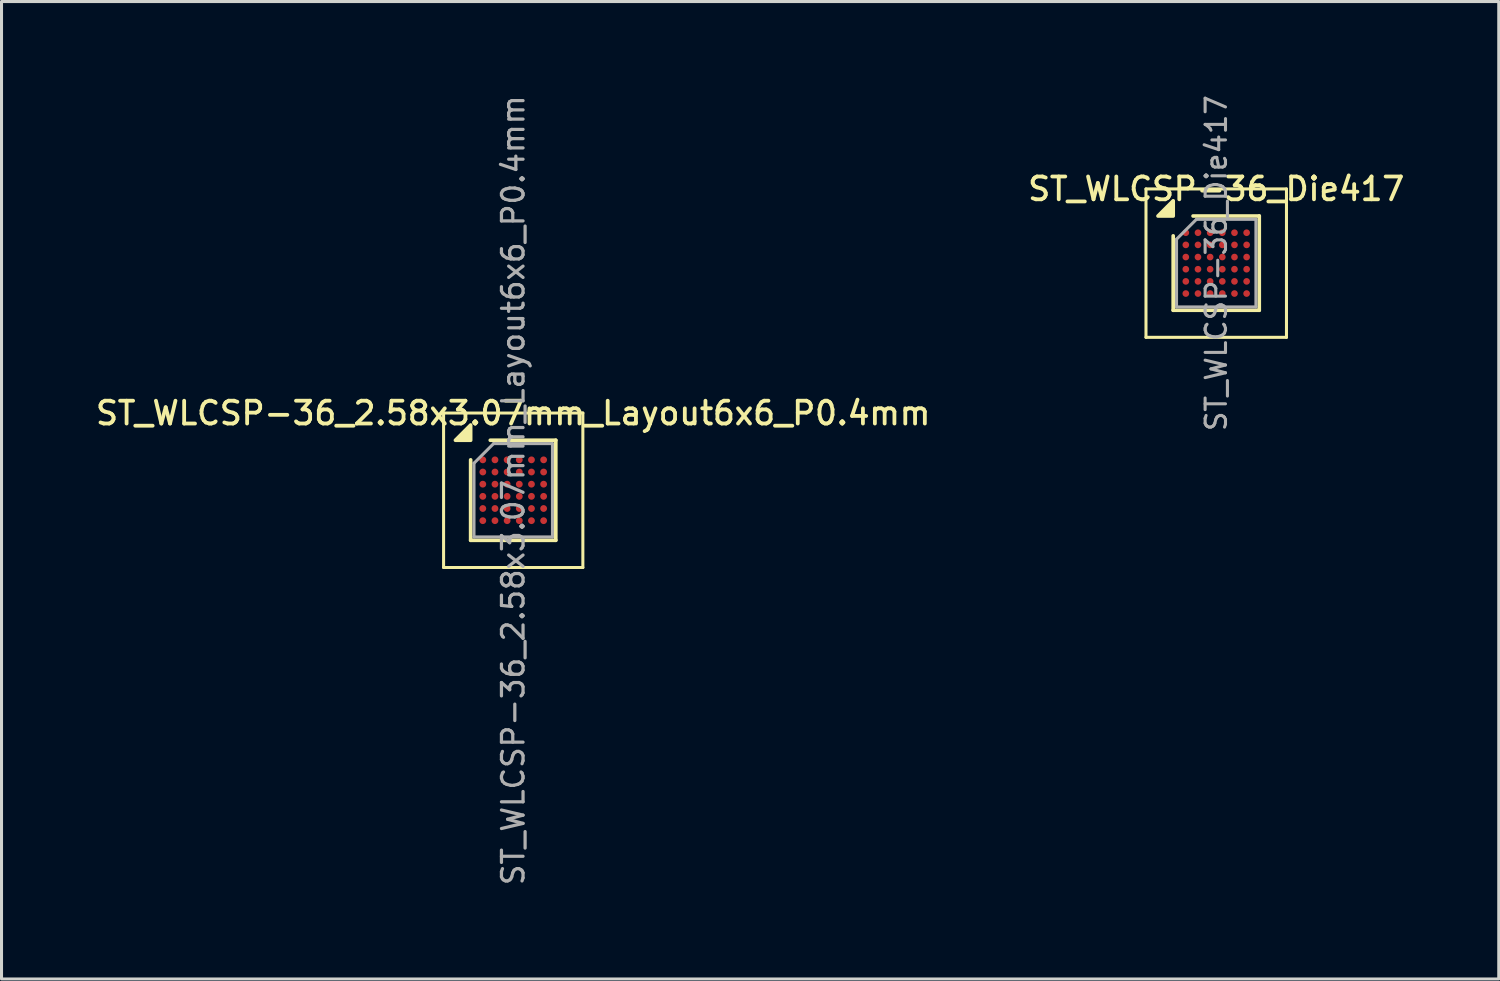
<source format=kicad_pcb>
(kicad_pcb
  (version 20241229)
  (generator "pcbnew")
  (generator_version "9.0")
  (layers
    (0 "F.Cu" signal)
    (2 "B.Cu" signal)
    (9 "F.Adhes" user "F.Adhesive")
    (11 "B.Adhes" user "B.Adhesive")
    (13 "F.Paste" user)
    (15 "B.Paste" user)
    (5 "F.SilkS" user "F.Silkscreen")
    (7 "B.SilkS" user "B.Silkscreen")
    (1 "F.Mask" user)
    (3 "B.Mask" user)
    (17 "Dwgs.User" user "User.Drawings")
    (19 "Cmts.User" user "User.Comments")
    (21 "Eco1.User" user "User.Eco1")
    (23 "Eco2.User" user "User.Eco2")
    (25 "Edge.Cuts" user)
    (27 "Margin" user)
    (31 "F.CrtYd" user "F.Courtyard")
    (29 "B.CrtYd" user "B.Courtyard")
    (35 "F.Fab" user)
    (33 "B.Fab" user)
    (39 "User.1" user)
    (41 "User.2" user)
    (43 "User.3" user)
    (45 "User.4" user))
  (footprint "ST_WLCSP-36_2.58x3.07mm_Layout6x6_P0.4mm"
    (layer "F.Cu")
    (at 13.827 13.072)
    (property "Reference" "ST_WLCSP-36_2.58x3.07mm_Layout6x6_P0.4mm" (at 0 -2.535 0) (layer "F.SilkS") (effects (font (size 0.75 0.75) (thickness 0.125))))
    (attr smd)
    (fp_line (start -2.29 -2.54) (end -2.29 2.54) (stroke (width 0.1) (type solid)) (layer "F.SilkS"))
    (fp_line (start -2.29 2.54) (end 2.29 2.54) (stroke (width 0.1) (type solid)) (layer "F.SilkS"))
    (fp_line (start -1.4 1.645) (end -1.4 -1) (stroke (width 0.12) (type solid)) (layer "F.SilkS"))
    (fp_line (start -0.755 -1.645) (end 1.4 -1.645) (stroke (width 0.12) (type solid)) (layer "F.SilkS"))
    (fp_line (start 1.4 -1.645) (end 1.4 1.645) (stroke (width 0.12) (type solid)) (layer "F.SilkS"))
    (fp_line (start 1.4 1.645) (end -1.4 1.645) (stroke (width 0.12) (type solid)) (layer "F.SilkS"))
    (fp_line (start 2.29 -2.54) (end -2.29 -2.54) (stroke (width 0.1) (type solid)) (layer "F.SilkS"))
    (fp_line (start 2.29 2.54) (end 2.29 -2.54) (stroke (width 0.1) (type solid)) (layer "F.SilkS"))
    (fp_poly (pts (xy -1.4 -1.645) (xy -1.9 -1.645) (xy -1.4 -2.145) (xy -1.4 -1.645)) (stroke (width 0.12) (type solid)) (fill yes) (layer "F.SilkS"))
    (fp_line (start -1.29 -0.89) (end -0.645 -1.535) (stroke (width 0.1) (type solid)) (layer "F.Fab"))
    (fp_line (start -1.29 1.535) (end -1.29 -0.89) (stroke (width 0.1) (type solid)) (layer "F.Fab"))
    (fp_line (start -0.645 -1.535) (end 1.29 -1.535) (stroke (width 0.1) (type solid)) (layer "F.Fab"))
    (fp_line (start 1.29 -1.535) (end 1.29 1.535) (stroke (width 0.1) (type solid)) (layer "F.Fab"))
    (fp_line (start 1.29 1.535) (end -1.29 1.535) (stroke (width 0.1) (type solid)) (layer "F.Fab"))
    (fp_text user "${REFERENCE}" (at 0 0 270) (layer "F.Fab") (effects (font (size 0.71 0.71) (thickness 0.106))))
    (pad "A1" smd circle (at -1 -1) (size 0.225 0.225) (property pad_prop_bga) (layers "F.Cu" "F.Mask" "F.Paste"))
    (pad "A2" smd circle (at -0.6 -1) (size 0.225 0.225) (property pad_prop_bga) (layers "F.Cu" "F.Mask" "F.Paste"))
    (pad "A3" smd circle (at -0.2 -1) (size 0.225 0.225) (property pad_prop_bga) (layers "F.Cu" "F.Mask" "F.Paste"))
    (pad "A4" smd circle (at 0.2 -1) (size 0.225 0.225) (property pad_prop_bga) (layers "F.Cu" "F.Mask" "F.Paste"))
    (pad "A5" smd circle (at 0.6 -1) (size 0.225 0.225) (property pad_prop_bga) (layers "F.Cu" "F.Mask" "F.Paste"))
    (pad "A6" smd circle (at 1 -1) (size 0.225 0.225) (property pad_prop_bga) (layers "F.Cu" "F.Mask" "F.Paste"))
    (pad "B1" smd circle (at -1 -0.6) (size 0.225 0.225) (property pad_prop_bga) (layers "F.Cu" "F.Mask" "F.Paste"))
    (pad "B2" smd circle (at -0.6 -0.6) (size 0.225 0.225) (property pad_prop_bga) (layers "F.Cu" "F.Mask" "F.Paste"))
    (pad "B3" smd circle (at -0.2 -0.6) (size 0.225 0.225) (property pad_prop_bga) (layers "F.Cu" "F.Mask" "F.Paste"))
    (pad "B4" smd circle (at 0.2 -0.6) (size 0.225 0.225) (property pad_prop_bga) (layers "F.Cu" "F.Mask" "F.Paste"))
    (pad "B5" smd circle (at 0.6 -0.6) (size 0.225 0.225) (property pad_prop_bga) (layers "F.Cu" "F.Mask" "F.Paste"))
    (pad "B6" smd circle (at 1 -0.6) (size 0.225 0.225) (property pad_prop_bga) (layers "F.Cu" "F.Mask" "F.Paste"))
    (pad "C1" smd circle (at -1 -0.2) (size 0.225 0.225) (property pad_prop_bga) (layers "F.Cu" "F.Mask" "F.Paste"))
    (pad "C2" smd circle (at -0.6 -0.2) (size 0.225 0.225) (property pad_prop_bga) (layers "F.Cu" "F.Mask" "F.Paste"))
    (pad "C3" smd circle (at -0.2 -0.2) (size 0.225 0.225) (property pad_prop_bga) (layers "F.Cu" "F.Mask" "F.Paste"))
    (pad "C4" smd circle (at 0.2 -0.2) (size 0.225 0.225) (property pad_prop_bga) (layers "F.Cu" "F.Mask" "F.Paste"))
    (pad "C5" smd circle (at 0.6 -0.2) (size 0.225 0.225) (property pad_prop_bga) (layers "F.Cu" "F.Mask" "F.Paste"))
    (pad "C6" smd circle (at 1 -0.2) (size 0.225 0.225) (property pad_prop_bga) (layers "F.Cu" "F.Mask" "F.Paste"))
    (pad "D1" smd circle (at -1 0.2) (size 0.225 0.225) (property pad_prop_bga) (layers "F.Cu" "F.Mask" "F.Paste"))
    (pad "D2" smd circle (at -0.6 0.2) (size 0.225 0.225) (property pad_prop_bga) (layers "F.Cu" "F.Mask" "F.Paste"))
    (pad "D3" smd circle (at -0.2 0.2) (size 0.225 0.225) (property pad_prop_bga) (layers "F.Cu" "F.Mask" "F.Paste"))
    (pad "D4" smd circle (at 0.2 0.2) (size 0.225 0.225) (property pad_prop_bga) (layers "F.Cu" "F.Mask" "F.Paste"))
    (pad "D5" smd circle (at 0.6 0.2) (size 0.225 0.225) (property pad_prop_bga) (layers "F.Cu" "F.Mask" "F.Paste"))
    (pad "D6" smd circle (at 1 0.2) (size 0.225 0.225) (property pad_prop_bga) (layers "F.Cu" "F.Mask" "F.Paste"))
    (pad "E1" smd circle (at -1 0.6) (size 0.225 0.225) (property pad_prop_bga) (layers "F.Cu" "F.Mask" "F.Paste"))
    (pad "E2" smd circle (at -0.6 0.6) (size 0.225 0.225) (property pad_prop_bga) (layers "F.Cu" "F.Mask" "F.Paste"))
    (pad "E3" smd circle (at -0.2 0.6) (size 0.225 0.225) (property pad_prop_bga) (layers "F.Cu" "F.Mask" "F.Paste"))
    (pad "E4" smd circle (at 0.2 0.6) (size 0.225 0.225) (property pad_prop_bga) (layers "F.Cu" "F.Mask" "F.Paste"))
    (pad "E5" smd circle (at 0.6 0.6) (size 0.225 0.225) (property pad_prop_bga) (layers "F.Cu" "F.Mask" "F.Paste"))
    (pad "E6" smd circle (at 1 0.6) (size 0.225 0.225) (property pad_prop_bga) (layers "F.Cu" "F.Mask" "F.Paste"))
    (pad "F1" smd circle (at -1 1) (size 0.225 0.225) (property pad_prop_bga) (layers "F.Cu" "F.Mask" "F.Paste"))
    (pad "F2" smd circle (at -0.6 1) (size 0.225 0.225) (property pad_prop_bga) (layers "F.Cu" "F.Mask" "F.Paste"))
    (pad "F3" smd circle (at -0.2 1) (size 0.225 0.225) (property pad_prop_bga) (layers "F.Cu" "F.Mask" "F.Paste"))
    (pad "F4" smd circle (at 0.2 1) (size 0.225 0.225) (property pad_prop_bga) (layers "F.Cu" "F.Mask" "F.Paste"))
    (pad "F5" smd circle (at 0.6 1) (size 0.225 0.225) (property pad_prop_bga) (layers "F.Cu" "F.Mask" "F.Paste"))
    (pad "F6" smd circle (at 1 1) (size 0.225 0.225) (property pad_prop_bga) (layers "F.Cu" "F.Mask" "F.Paste")))
  (footprint "ST_WLCSP-36_Die417"
    (layer "F.Cu")
    (at 36.945 5.603)
    (property "Reference" "ST_WLCSP-36_Die417" (at 0 -2.44 0) (layer "F.SilkS") (effects (font (size 0.75 0.75) (thickness 0.125))))
    (attr smd)
    (fp_line (start -2.31 -2.44) (end -2.31 2.44) (stroke (width 0.1) (type solid)) (layer "F.SilkS"))
    (fp_line (start -2.31 2.44) (end 2.31 2.44) (stroke (width 0.1) (type solid)) (layer "F.SilkS"))
    (fp_line (start -1.415 1.55) (end -1.415 -0.897) (stroke (width 0.12) (type solid)) (layer "F.SilkS"))
    (fp_line (start -0.762 -1.55) (end 1.415 -1.55) (stroke (width 0.12) (type solid)) (layer "F.SilkS"))
    (fp_line (start 1.415 -1.55) (end 1.415 1.55) (stroke (width 0.12) (type solid)) (layer "F.SilkS"))
    (fp_line (start 1.415 1.55) (end -1.415 1.55) (stroke (width 0.12) (type solid)) (layer "F.SilkS"))
    (fp_line (start 2.31 -2.44) (end -2.31 -2.44) (stroke (width 0.1) (type solid)) (layer "F.SilkS"))
    (fp_line (start 2.31 2.44) (end 2.31 -2.44) (stroke (width 0.1) (type solid)) (layer "F.SilkS"))
    (fp_poly (pts (xy -1.415 -1.55) (xy -1.915 -1.55) (xy -1.415 -2.05) (xy -1.415 -1.55)) (stroke (width 0.12) (type solid)) (fill yes) (layer "F.SilkS"))
    (fp_line (start -1.305 -0.787) (end -0.652 -1.44) (stroke (width 0.1) (type solid)) (layer "F.Fab"))
    (fp_line (start -1.305 1.44) (end -1.305 -0.787) (stroke (width 0.1) (type solid)) (layer "F.Fab"))
    (fp_line (start -0.652 -1.44) (end 1.305 -1.44) (stroke (width 0.1) (type solid)) (layer "F.Fab"))
    (fp_line (start 1.305 -1.44) (end 1.305 1.44) (stroke (width 0.1) (type solid)) (layer "F.Fab"))
    (fp_line (start 1.305 1.44) (end -1.305 1.44) (stroke (width 0.1) (type solid)) (layer "F.Fab"))
    (fp_text user "${REFERENCE}" (at 0 0 270) (layer "F.Fab") (effects (font (size 0.67 0.67) (thickness 0.101))))
    (pad "A1" smd circle (at -1 -1) (size 0.22 0.22) (property pad_prop_bga) (layers "F.Cu" "F.Mask" "F.Paste"))
    (pad "A2" smd circle (at -0.6 -1) (size 0.22 0.22) (property pad_prop_bga) (layers "F.Cu" "F.Mask" "F.Paste"))
    (pad "A3" smd circle (at -0.2 -1) (size 0.22 0.22) (property pad_prop_bga) (layers "F.Cu" "F.Mask" "F.Paste"))
    (pad "A4" smd circle (at 0.2 -1) (size 0.22 0.22) (property pad_prop_bga) (layers "F.Cu" "F.Mask" "F.Paste"))
    (pad "A5" smd circle (at 0.6 -1) (size 0.22 0.22) (property pad_prop_bga) (layers "F.Cu" "F.Mask" "F.Paste"))
    (pad "A6" smd circle (at 1 -1) (size 0.22 0.22) (property pad_prop_bga) (layers "F.Cu" "F.Mask" "F.Paste"))
    (pad "B1" smd circle (at -1 -0.6) (size 0.22 0.22) (property pad_prop_bga) (layers "F.Cu" "F.Mask" "F.Paste"))
    (pad "B2" smd circle (at -0.6 -0.6) (size 0.22 0.22) (property pad_prop_bga) (layers "F.Cu" "F.Mask" "F.Paste"))
    (pad "B3" smd circle (at -0.2 -0.6) (size 0.22 0.22) (property pad_prop_bga) (layers "F.Cu" "F.Mask" "F.Paste"))
    (pad "B4" smd circle (at 0.2 -0.6) (size 0.22 0.22) (property pad_prop_bga) (layers "F.Cu" "F.Mask" "F.Paste"))
    (pad "B5" smd circle (at 0.6 -0.6) (size 0.22 0.22) (property pad_prop_bga) (layers "F.Cu" "F.Mask" "F.Paste"))
    (pad "B6" smd circle (at 1 -0.6) (size 0.22 0.22) (property pad_prop_bga) (layers "F.Cu" "F.Mask" "F.Paste"))
    (pad "C1" smd circle (at -1 -0.2) (size 0.22 0.22) (property pad_prop_bga) (layers "F.Cu" "F.Mask" "F.Paste"))
    (pad "C2" smd circle (at -0.6 -0.2) (size 0.22 0.22) (property pad_prop_bga) (layers "F.Cu" "F.Mask" "F.Paste"))
    (pad "C3" smd circle (at -0.2 -0.2) (size 0.22 0.22) (property pad_prop_bga) (layers "F.Cu" "F.Mask" "F.Paste"))
    (pad "C4" smd circle (at 0.2 -0.2) (size 0.22 0.22) (property pad_prop_bga) (layers "F.Cu" "F.Mask" "F.Paste"))
    (pad "C5" smd circle (at 0.6 -0.2) (size 0.22 0.22) (property pad_prop_bga) (layers "F.Cu" "F.Mask" "F.Paste"))
    (pad "C6" smd circle (at 1 -0.2) (size 0.22 0.22) (property pad_prop_bga) (layers "F.Cu" "F.Mask" "F.Paste"))
    (pad "D1" smd circle (at -1 0.2) (size 0.22 0.22) (property pad_prop_bga) (layers "F.Cu" "F.Mask" "F.Paste"))
    (pad "D2" smd circle (at -0.6 0.2) (size 0.22 0.22) (property pad_prop_bga) (layers "F.Cu" "F.Mask" "F.Paste"))
    (pad "D3" smd circle (at -0.2 0.2) (size 0.22 0.22) (property pad_prop_bga) (layers "F.Cu" "F.Mask" "F.Paste"))
    (pad "D4" smd circle (at 0.2 0.2) (size 0.22 0.22) (property pad_prop_bga) (layers "F.Cu" "F.Mask" "F.Paste"))
    (pad "D5" smd circle (at 0.6 0.2) (size 0.22 0.22) (property pad_prop_bga) (layers "F.Cu" "F.Mask" "F.Paste"))
    (pad "D6" smd circle (at 1 0.2) (size 0.22 0.22) (property pad_prop_bga) (layers "F.Cu" "F.Mask" "F.Paste"))
    (pad "E1" smd circle (at -1 0.6) (size 0.22 0.22) (property pad_prop_bga) (layers "F.Cu" "F.Mask" "F.Paste"))
    (pad "E2" smd circle (at -0.6 0.6) (size 0.22 0.22) (property pad_prop_bga) (layers "F.Cu" "F.Mask" "F.Paste"))
    (pad "E3" smd circle (at -0.2 0.6) (size 0.22 0.22) (property pad_prop_bga) (layers "F.Cu" "F.Mask" "F.Paste"))
    (pad "E4" smd circle (at 0.2 0.6) (size 0.22 0.22) (property pad_prop_bga) (layers "F.Cu" "F.Mask" "F.Paste"))
    (pad "E5" smd circle (at 0.6 0.6) (size 0.22 0.22) (property pad_prop_bga) (layers "F.Cu" "F.Mask" "F.Paste"))
    (pad "E6" smd circle (at 1 0.6) (size 0.22 0.22) (property pad_prop_bga) (layers "F.Cu" "F.Mask" "F.Paste"))
    (pad "F1" smd circle (at -1 1) (size 0.22 0.22) (property pad_prop_bga) (layers "F.Cu" "F.Mask" "F.Paste"))
    (pad "F2" smd circle (at -0.6 1) (size 0.22 0.22) (property pad_prop_bga) (layers "F.Cu" "F.Mask" "F.Paste"))
    (pad "F3" smd circle (at -0.2 1) (size 0.22 0.22) (property pad_prop_bga) (layers "F.Cu" "F.Mask" "F.Paste"))
    (pad "F4" smd circle (at 0.2 1) (size 0.22 0.22) (property pad_prop_bga) (layers "F.Cu" "F.Mask" "F.Paste"))
    (pad "F5" smd circle (at 0.6 1) (size 0.22 0.22) (property pad_prop_bga) (layers "F.Cu" "F.Mask" "F.Paste"))
    (pad "F6" smd circle (at 1 1) (size 0.22 0.22) (property pad_prop_bga) (layers "F.Cu" "F.Mask" "F.Paste")))
  (gr_rect
    (start -3 -3)
    (end 46.236 29.143)
    (stroke (width 0.1) (type default))
    (fill no)
    (layer "Edge.Cuts")))
</source>
